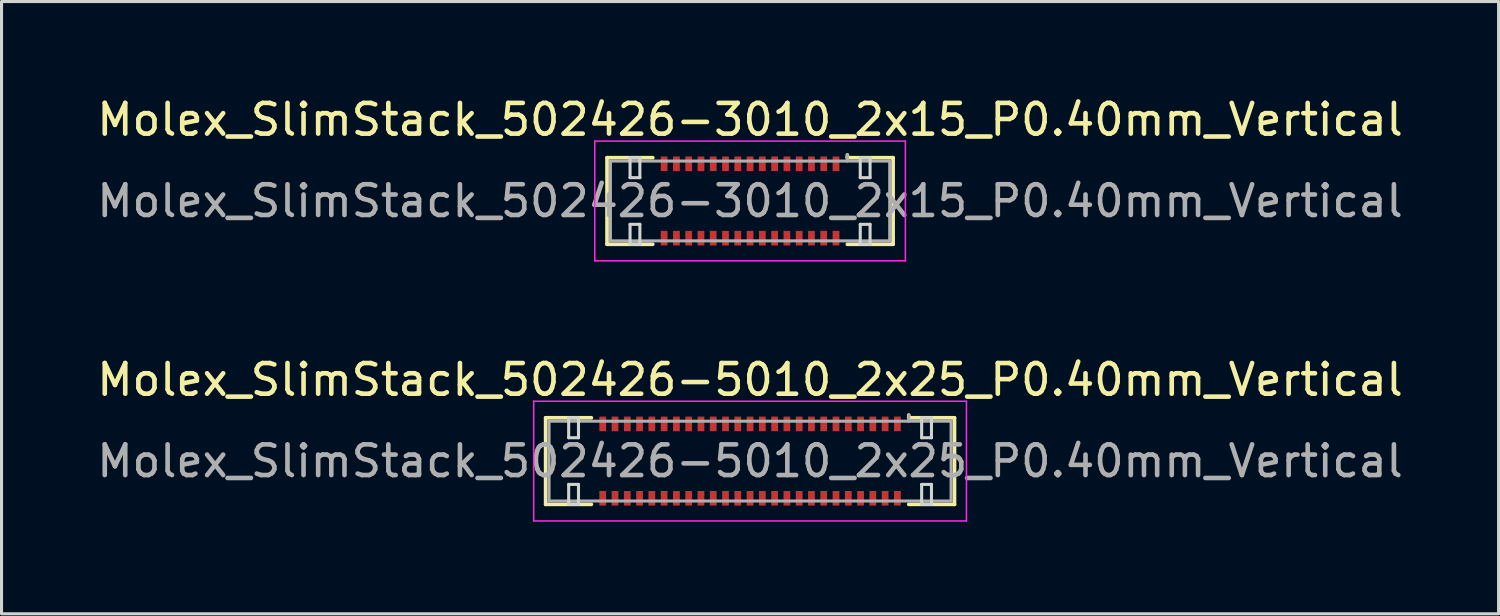
<source format=kicad_pcb>
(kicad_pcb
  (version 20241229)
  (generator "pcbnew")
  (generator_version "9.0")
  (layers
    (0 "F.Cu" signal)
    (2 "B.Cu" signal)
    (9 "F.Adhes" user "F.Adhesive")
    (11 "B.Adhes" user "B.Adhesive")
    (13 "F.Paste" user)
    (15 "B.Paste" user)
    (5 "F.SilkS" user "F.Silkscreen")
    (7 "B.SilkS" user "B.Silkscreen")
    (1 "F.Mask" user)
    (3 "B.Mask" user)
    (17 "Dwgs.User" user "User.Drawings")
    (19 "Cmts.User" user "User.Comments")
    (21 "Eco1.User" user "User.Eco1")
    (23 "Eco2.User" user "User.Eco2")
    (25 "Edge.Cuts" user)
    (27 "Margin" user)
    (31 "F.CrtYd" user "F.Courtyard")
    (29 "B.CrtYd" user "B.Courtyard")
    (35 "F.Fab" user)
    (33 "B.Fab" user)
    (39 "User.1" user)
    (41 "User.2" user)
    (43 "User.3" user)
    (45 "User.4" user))
  (footprint "Molex_SlimStack_502426-3010_2x15_P0.40mm_Vertical"
    (layer "F.Cu")
    (at 21.387 3.498)
    (property "Reference" "Molex_SlimStack_502426-3010_2x15_P0.40mm_Vertical" (at 0 -2.65 0) (layer "F.SilkS") (effects (font (size 1 1) (thickness 0.15))))
    (attr smd)
    (fp_line (start -4.66 -1.41) (end -3.17 -1.41) (stroke (width 0.12) (type solid)) (layer "F.SilkS"))
    (fp_line (start -4.66 1.41) (end -4.66 -1.41) (stroke (width 0.12) (type solid)) (layer "F.SilkS"))
    (fp_line (start -3.17 1.41) (end -4.66 1.41) (stroke (width 0.12) (type solid)) (layer "F.SilkS"))
    (fp_line (start 3.17 -1.41) (end 3.17 -1.5) (stroke (width 0.12) (type solid)) (layer "F.SilkS"))
    (fp_line (start 3.17 1.41) (end 4.66 1.41) (stroke (width 0.12) (type solid)) (layer "F.SilkS"))
    (fp_line (start 4.66 -1.41) (end 3.17 -1.41) (stroke (width 0.12) (type solid)) (layer "F.SilkS"))
    (fp_line (start 4.66 1.41) (end 4.66 -1.41) (stroke (width 0.12) (type solid)) (layer "F.SilkS"))
    (fp_line (start -3.91 -1.41) (end -3.91 -0.76) (stroke (width 0.1) (type solid)) (layer "Edge.Cuts"))
    (fp_line (start -3.91 -0.76) (end -3.59 -0.76) (stroke (width 0.1) (type solid)) (layer "Edge.Cuts"))
    (fp_line (start -3.91 0.76) (end -3.91 1.41) (stroke (width 0.1) (type solid)) (layer "Edge.Cuts"))
    (fp_line (start -3.91 1.41) (end -3.59 1.41) (stroke (width 0.1) (type solid)) (layer "Edge.Cuts"))
    (fp_line (start -3.59 -1.41) (end -3.91 -1.41) (stroke (width 0.1) (type solid)) (layer "Edge.Cuts"))
    (fp_line (start -3.59 -0.76) (end -3.59 -1.41) (stroke (width 0.1) (type solid)) (layer "Edge.Cuts"))
    (fp_line (start -3.59 0.76) (end -3.91 0.76) (stroke (width 0.1) (type solid)) (layer "Edge.Cuts"))
    (fp_line (start -3.59 1.41) (end -3.59 0.76) (stroke (width 0.1) (type solid)) (layer "Edge.Cuts"))
    (fp_line (start 3.59 -1.41) (end 3.59 -0.76) (stroke (width 0.1) (type solid)) (layer "Edge.Cuts"))
    (fp_line (start 3.59 -0.76) (end 3.91 -0.76) (stroke (width 0.1) (type solid)) (layer "Edge.Cuts"))
    (fp_line (start 3.59 0.76) (end 3.59 1.41) (stroke (width 0.1) (type solid)) (layer "Edge.Cuts"))
    (fp_line (start 3.59 1.41) (end 3.91 1.41) (stroke (width 0.1) (type solid)) (layer "Edge.Cuts"))
    (fp_line (start 3.91 -1.41) (end 3.59 -1.41) (stroke (width 0.1) (type solid)) (layer "Edge.Cuts"))
    (fp_line (start 3.91 -0.76) (end 3.91 -1.41) (stroke (width 0.1) (type solid)) (layer "Edge.Cuts"))
    (fp_line (start 3.91 0.76) (end 3.59 0.76) (stroke (width 0.1) (type solid)) (layer "Edge.Cuts"))
    (fp_line (start 3.91 1.41) (end 3.91 0.76) (stroke (width 0.1) (type solid)) (layer "Edge.Cuts"))
    (fp_line (start -5.06 -1.95) (end -5.06 1.95) (stroke (width 0.05) (type solid)) (layer "F.CrtYd"))
    (fp_line (start -5.06 1.95) (end 5.06 1.95) (stroke (width 0.05) (type solid)) (layer "F.CrtYd"))
    (fp_line (start 5.06 -1.95) (end -5.06 -1.95) (stroke (width 0.05) (type solid)) (layer "F.CrtYd"))
    (fp_line (start 5.06 1.95) (end 5.06 -1.95) (stroke (width 0.05) (type solid)) (layer "F.CrtYd"))
    (fp_line (start -4.55 -1.3) (end -4.55 1.3) (stroke (width 0.1) (type solid)) (layer "F.Fab"))
    (fp_line (start -4.55 1.3) (end 4.55 1.3) (stroke (width 0.1) (type solid)) (layer "F.Fab"))
    (fp_line (start 3.17 -1.3) (end 3.17 -1.5) (stroke (width 0.1) (type solid)) (layer "F.Fab"))
    (fp_line (start 4.55 -1.3) (end -4.55 -1.3) (stroke (width 0.1) (type solid)) (layer "F.Fab"))
    (fp_line (start 4.55 1.3) (end 4.55 -1.3) (stroke (width 0.1) (type solid)) (layer "F.Fab"))
    (fp_text user "${REFERENCE}" (at 0 0 0) (layer "F.Fab") (effects (font (size 1 1) (thickness 0.15))))
    (pad "1" smd rect (at 2.8 -1.212) (size 0.22 0.475) (layers "F.Cu" "F.Mask" "F.Paste"))
    (pad "2" smd rect (at 2.8 1.212) (size 0.22 0.475) (layers "F.Cu" "F.Mask" "F.Paste"))
    (pad "3" smd rect (at 2.4 -1.212) (size 0.22 0.475) (layers "F.Cu" "F.Mask" "F.Paste"))
    (pad "4" smd rect (at 2.4 1.212) (size 0.22 0.475) (layers "F.Cu" "F.Mask" "F.Paste"))
    (pad "5" smd rect (at 2 -1.212) (size 0.22 0.475) (layers "F.Cu" "F.Mask" "F.Paste"))
    (pad "6" smd rect (at 2 1.212) (size 0.22 0.475) (layers "F.Cu" "F.Mask" "F.Paste"))
    (pad "7" smd rect (at 1.6 -1.212) (size 0.22 0.475) (layers "F.Cu" "F.Mask" "F.Paste"))
    (pad "8" smd rect (at 1.6 1.212) (size 0.22 0.475) (layers "F.Cu" "F.Mask" "F.Paste"))
    (pad "9" smd rect (at 1.2 -1.212) (size 0.22 0.475) (layers "F.Cu" "F.Mask" "F.Paste"))
    (pad "10" smd rect (at 1.2 1.212) (size 0.22 0.475) (layers "F.Cu" "F.Mask" "F.Paste"))
    (pad "11" smd rect (at 0.8 -1.212) (size 0.22 0.475) (layers "F.Cu" "F.Mask" "F.Paste"))
    (pad "12" smd rect (at 0.8 1.212) (size 0.22 0.475) (layers "F.Cu" "F.Mask" "F.Paste"))
    (pad "13" smd rect (at 0.4 -1.212) (size 0.22 0.475) (layers "F.Cu" "F.Mask" "F.Paste"))
    (pad "14" smd rect (at 0.4 1.212) (size 0.22 0.475) (layers "F.Cu" "F.Mask" "F.Paste"))
    (pad "15" smd rect (at 0 -1.212) (size 0.22 0.475) (layers "F.Cu" "F.Mask" "F.Paste"))
    (pad "16" smd rect (at 0 1.212) (size 0.22 0.475) (layers "F.Cu" "F.Mask" "F.Paste"))
    (pad "17" smd rect (at -0.4 -1.212) (size 0.22 0.475) (layers "F.Cu" "F.Mask" "F.Paste"))
    (pad "18" smd rect (at -0.4 1.212) (size 0.22 0.475) (layers "F.Cu" "F.Mask" "F.Paste"))
    (pad "19" smd rect (at -0.8 -1.212) (size 0.22 0.475) (layers "F.Cu" "F.Mask" "F.Paste"))
    (pad "20" smd rect (at -0.8 1.212) (size 0.22 0.475) (layers "F.Cu" "F.Mask" "F.Paste"))
    (pad "21" smd rect (at -1.2 -1.212) (size 0.22 0.475) (layers "F.Cu" "F.Mask" "F.Paste"))
    (pad "22" smd rect (at -1.2 1.212) (size 0.22 0.475) (layers "F.Cu" "F.Mask" "F.Paste"))
    (pad "23" smd rect (at -1.6 -1.212) (size 0.22 0.475) (layers "F.Cu" "F.Mask" "F.Paste"))
    (pad "24" smd rect (at -1.6 1.212) (size 0.22 0.475) (layers "F.Cu" "F.Mask" "F.Paste"))
    (pad "25" smd rect (at -2 -1.212) (size 0.22 0.475) (layers "F.Cu" "F.Mask" "F.Paste"))
    (pad "26" smd rect (at -2 1.212) (size 0.22 0.475) (layers "F.Cu" "F.Mask" "F.Paste"))
    (pad "27" smd rect (at -2.4 -1.212) (size 0.22 0.475) (layers "F.Cu" "F.Mask" "F.Paste"))
    (pad "28" smd rect (at -2.4 1.212) (size 0.22 0.475) (layers "F.Cu" "F.Mask" "F.Paste"))
    (pad "29" smd rect (at -2.8 -1.212) (size 0.22 0.475) (layers "F.Cu" "F.Mask" "F.Paste"))
    (pad "30" smd rect (at -2.8 1.212) (size 0.22 0.475) (layers "F.Cu" "F.Mask" "F.Paste")))
  (footprint "Molex_SlimStack_502426-5010_2x25_P0.40mm_Vertical"
    (layer "F.Cu")
    (at 21.387 11.972)
    (property "Reference" "Molex_SlimStack_502426-5010_2x25_P0.40mm_Vertical" (at 0 -2.65 0) (layer "F.SilkS") (effects (font (size 1 1) (thickness 0.15))))
    (attr smd)
    (fp_line (start -6.66 -1.41) (end -5.17 -1.41) (stroke (width 0.12) (type solid)) (layer "F.SilkS"))
    (fp_line (start -6.66 1.41) (end -6.66 -1.41) (stroke (width 0.12) (type solid)) (layer "F.SilkS"))
    (fp_line (start -5.17 1.41) (end -6.66 1.41) (stroke (width 0.12) (type solid)) (layer "F.SilkS"))
    (fp_line (start 5.17 -1.41) (end 5.17 -1.5) (stroke (width 0.12) (type solid)) (layer "F.SilkS"))
    (fp_line (start 5.17 1.41) (end 6.66 1.41) (stroke (width 0.12) (type solid)) (layer "F.SilkS"))
    (fp_line (start 6.66 -1.41) (end 5.17 -1.41) (stroke (width 0.12) (type solid)) (layer "F.SilkS"))
    (fp_line (start 6.66 1.41) (end 6.66 -1.41) (stroke (width 0.12) (type solid)) (layer "F.SilkS"))
    (fp_line (start -5.91 -1.41) (end -5.91 -0.76) (stroke (width 0.1) (type solid)) (layer "Edge.Cuts"))
    (fp_line (start -5.91 -0.76) (end -5.59 -0.76) (stroke (width 0.1) (type solid)) (layer "Edge.Cuts"))
    (fp_line (start -5.91 0.76) (end -5.91 1.41) (stroke (width 0.1) (type solid)) (layer "Edge.Cuts"))
    (fp_line (start -5.91 1.41) (end -5.59 1.41) (stroke (width 0.1) (type solid)) (layer "Edge.Cuts"))
    (fp_line (start -5.59 -1.41) (end -5.91 -1.41) (stroke (width 0.1) (type solid)) (layer "Edge.Cuts"))
    (fp_line (start -5.59 -0.76) (end -5.59 -1.41) (stroke (width 0.1) (type solid)) (layer "Edge.Cuts"))
    (fp_line (start -5.59 0.76) (end -5.91 0.76) (stroke (width 0.1) (type solid)) (layer "Edge.Cuts"))
    (fp_line (start -5.59 1.41) (end -5.59 0.76) (stroke (width 0.1) (type solid)) (layer "Edge.Cuts"))
    (fp_line (start 5.59 -1.41) (end 5.59 -0.76) (stroke (width 0.1) (type solid)) (layer "Edge.Cuts"))
    (fp_line (start 5.59 -0.76) (end 5.91 -0.76) (stroke (width 0.1) (type solid)) (layer "Edge.Cuts"))
    (fp_line (start 5.59 0.76) (end 5.59 1.41) (stroke (width 0.1) (type solid)) (layer "Edge.Cuts"))
    (fp_line (start 5.59 1.41) (end 5.91 1.41) (stroke (width 0.1) (type solid)) (layer "Edge.Cuts"))
    (fp_line (start 5.91 -1.41) (end 5.59 -1.41) (stroke (width 0.1) (type solid)) (layer "Edge.Cuts"))
    (fp_line (start 5.91 -0.76) (end 5.91 -1.41) (stroke (width 0.1) (type solid)) (layer "Edge.Cuts"))
    (fp_line (start 5.91 0.76) (end 5.59 0.76) (stroke (width 0.1) (type solid)) (layer "Edge.Cuts"))
    (fp_line (start 5.91 1.41) (end 5.91 0.76) (stroke (width 0.1) (type solid)) (layer "Edge.Cuts"))
    (fp_line (start -7.05 -1.95) (end -7.05 1.95) (stroke (width 0.05) (type solid)) (layer "F.CrtYd"))
    (fp_line (start -7.05 1.95) (end 7.05 1.95) (stroke (width 0.05) (type solid)) (layer "F.CrtYd"))
    (fp_line (start 7.05 -1.95) (end -7.05 -1.95) (stroke (width 0.05) (type solid)) (layer "F.CrtYd"))
    (fp_line (start 7.05 1.95) (end 7.05 -1.95) (stroke (width 0.05) (type solid)) (layer "F.CrtYd"))
    (fp_line (start -6.55 -1.3) (end -6.55 1.3) (stroke (width 0.1) (type solid)) (layer "F.Fab"))
    (fp_line (start -6.55 1.3) (end 6.55 1.3) (stroke (width 0.1) (type solid)) (layer "F.Fab"))
    (fp_line (start 5.17 -1.3) (end 5.17 -1.5) (stroke (width 0.1) (type solid)) (layer "F.Fab"))
    (fp_line (start 6.55 -1.3) (end -6.55 -1.3) (stroke (width 0.1) (type solid)) (layer "F.Fab"))
    (fp_line (start 6.55 1.3) (end 6.55 -1.3) (stroke (width 0.1) (type solid)) (layer "F.Fab"))
    (fp_text user "${REFERENCE}" (at 0 0 0) (layer "F.Fab") (effects (font (size 1 1) (thickness 0.15))))
    (pad "1" smd rect (at 4.8 -1.212) (size 0.22 0.475) (layers "F.Cu" "F.Mask" "F.Paste"))
    (pad "2" smd rect (at 4.8 1.212) (size 0.22 0.475) (layers "F.Cu" "F.Mask" "F.Paste"))
    (pad "3" smd rect (at 4.4 -1.212) (size 0.22 0.475) (layers "F.Cu" "F.Mask" "F.Paste"))
    (pad "4" smd rect (at 4.4 1.212) (size 0.22 0.475) (layers "F.Cu" "F.Mask" "F.Paste"))
    (pad "5" smd rect (at 4 -1.212) (size 0.22 0.475) (layers "F.Cu" "F.Mask" "F.Paste"))
    (pad "6" smd rect (at 4 1.212) (size 0.22 0.475) (layers "F.Cu" "F.Mask" "F.Paste"))
    (pad "7" smd rect (at 3.6 -1.212) (size 0.22 0.475) (layers "F.Cu" "F.Mask" "F.Paste"))
    (pad "8" smd rect (at 3.6 1.212) (size 0.22 0.475) (layers "F.Cu" "F.Mask" "F.Paste"))
    (pad "9" smd rect (at 3.2 -1.212) (size 0.22 0.475) (layers "F.Cu" "F.Mask" "F.Paste"))
    (pad "10" smd rect (at 3.2 1.212) (size 0.22 0.475) (layers "F.Cu" "F.Mask" "F.Paste"))
    (pad "11" smd rect (at 2.8 -1.212) (size 0.22 0.475) (layers "F.Cu" "F.Mask" "F.Paste"))
    (pad "12" smd rect (at 2.8 1.212) (size 0.22 0.475) (layers "F.Cu" "F.Mask" "F.Paste"))
    (pad "13" smd rect (at 2.4 -1.212) (size 0.22 0.475) (layers "F.Cu" "F.Mask" "F.Paste"))
    (pad "14" smd rect (at 2.4 1.212) (size 0.22 0.475) (layers "F.Cu" "F.Mask" "F.Paste"))
    (pad "15" smd rect (at 2 -1.212) (size 0.22 0.475) (layers "F.Cu" "F.Mask" "F.Paste"))
    (pad "16" smd rect (at 2 1.212) (size 0.22 0.475) (layers "F.Cu" "F.Mask" "F.Paste"))
    (pad "17" smd rect (at 1.6 -1.212) (size 0.22 0.475) (layers "F.Cu" "F.Mask" "F.Paste"))
    (pad "18" smd rect (at 1.6 1.212) (size 0.22 0.475) (layers "F.Cu" "F.Mask" "F.Paste"))
    (pad "19" smd rect (at 1.2 -1.212) (size 0.22 0.475) (layers "F.Cu" "F.Mask" "F.Paste"))
    (pad "20" smd rect (at 1.2 1.212) (size 0.22 0.475) (layers "F.Cu" "F.Mask" "F.Paste"))
    (pad "21" smd rect (at 0.8 -1.212) (size 0.22 0.475) (layers "F.Cu" "F.Mask" "F.Paste"))
    (pad "22" smd rect (at 0.8 1.212) (size 0.22 0.475) (layers "F.Cu" "F.Mask" "F.Paste"))
    (pad "23" smd rect (at 0.4 -1.212) (size 0.22 0.475) (layers "F.Cu" "F.Mask" "F.Paste"))
    (pad "24" smd rect (at 0.4 1.212) (size 0.22 0.475) (layers "F.Cu" "F.Mask" "F.Paste"))
    (pad "25" smd rect (at 0 -1.212) (size 0.22 0.475) (layers "F.Cu" "F.Mask" "F.Paste"))
    (pad "26" smd rect (at 0 1.212) (size 0.22 0.475) (layers "F.Cu" "F.Mask" "F.Paste"))
    (pad "27" smd rect (at -0.4 -1.212) (size 0.22 0.475) (layers "F.Cu" "F.Mask" "F.Paste"))
    (pad "28" smd rect (at -0.4 1.212) (size 0.22 0.475) (layers "F.Cu" "F.Mask" "F.Paste"))
    (pad "29" smd rect (at -0.8 -1.212) (size 0.22 0.475) (layers "F.Cu" "F.Mask" "F.Paste"))
    (pad "30" smd rect (at -0.8 1.212) (size 0.22 0.475) (layers "F.Cu" "F.Mask" "F.Paste"))
    (pad "31" smd rect (at -1.2 -1.212) (size 0.22 0.475) (layers "F.Cu" "F.Mask" "F.Paste"))
    (pad "32" smd rect (at -1.2 1.212) (size 0.22 0.475) (layers "F.Cu" "F.Mask" "F.Paste"))
    (pad "33" smd rect (at -1.6 -1.212) (size 0.22 0.475) (layers "F.Cu" "F.Mask" "F.Paste"))
    (pad "34" smd rect (at -1.6 1.212) (size 0.22 0.475) (layers "F.Cu" "F.Mask" "F.Paste"))
    (pad "35" smd rect (at -2 -1.212) (size 0.22 0.475) (layers "F.Cu" "F.Mask" "F.Paste"))
    (pad "36" smd rect (at -2 1.212) (size 0.22 0.475) (layers "F.Cu" "F.Mask" "F.Paste"))
    (pad "37" smd rect (at -2.4 -1.212) (size 0.22 0.475) (layers "F.Cu" "F.Mask" "F.Paste"))
    (pad "38" smd rect (at -2.4 1.212) (size 0.22 0.475) (layers "F.Cu" "F.Mask" "F.Paste"))
    (pad "39" smd rect (at -2.8 -1.212) (size 0.22 0.475) (layers "F.Cu" "F.Mask" "F.Paste"))
    (pad "40" smd rect (at -2.8 1.212) (size 0.22 0.475) (layers "F.Cu" "F.Mask" "F.Paste"))
    (pad "41" smd rect (at -3.2 -1.212) (size 0.22 0.475) (layers "F.Cu" "F.Mask" "F.Paste"))
    (pad "42" smd rect (at -3.2 1.212) (size 0.22 0.475) (layers "F.Cu" "F.Mask" "F.Paste"))
    (pad "43" smd rect (at -3.6 -1.212) (size 0.22 0.475) (layers "F.Cu" "F.Mask" "F.Paste"))
    (pad "44" smd rect (at -3.6 1.212) (size 0.22 0.475) (layers "F.Cu" "F.Mask" "F.Paste"))
    (pad "45" smd rect (at -4 -1.212) (size 0.22 0.475) (layers "F.Cu" "F.Mask" "F.Paste"))
    (pad "46" smd rect (at -4 1.212) (size 0.22 0.475) (layers "F.Cu" "F.Mask" "F.Paste"))
    (pad "47" smd rect (at -4.4 -1.212) (size 0.22 0.475) (layers "F.Cu" "F.Mask" "F.Paste"))
    (pad "48" smd rect (at -4.4 1.212) (size 0.22 0.475) (layers "F.Cu" "F.Mask" "F.Paste"))
    (pad "49" smd rect (at -4.8 -1.212) (size 0.22 0.475) (layers "F.Cu" "F.Mask" "F.Paste"))
    (pad "50" smd rect (at -4.8 1.212) (size 0.22 0.475) (layers "F.Cu" "F.Mask" "F.Paste")))
  (gr_rect
    (start -3 -3)
    (end 45.774 16.947)
    (stroke (width 0.1) (type default))
    (fill no)
    (layer "Edge.Cuts")))
</source>
